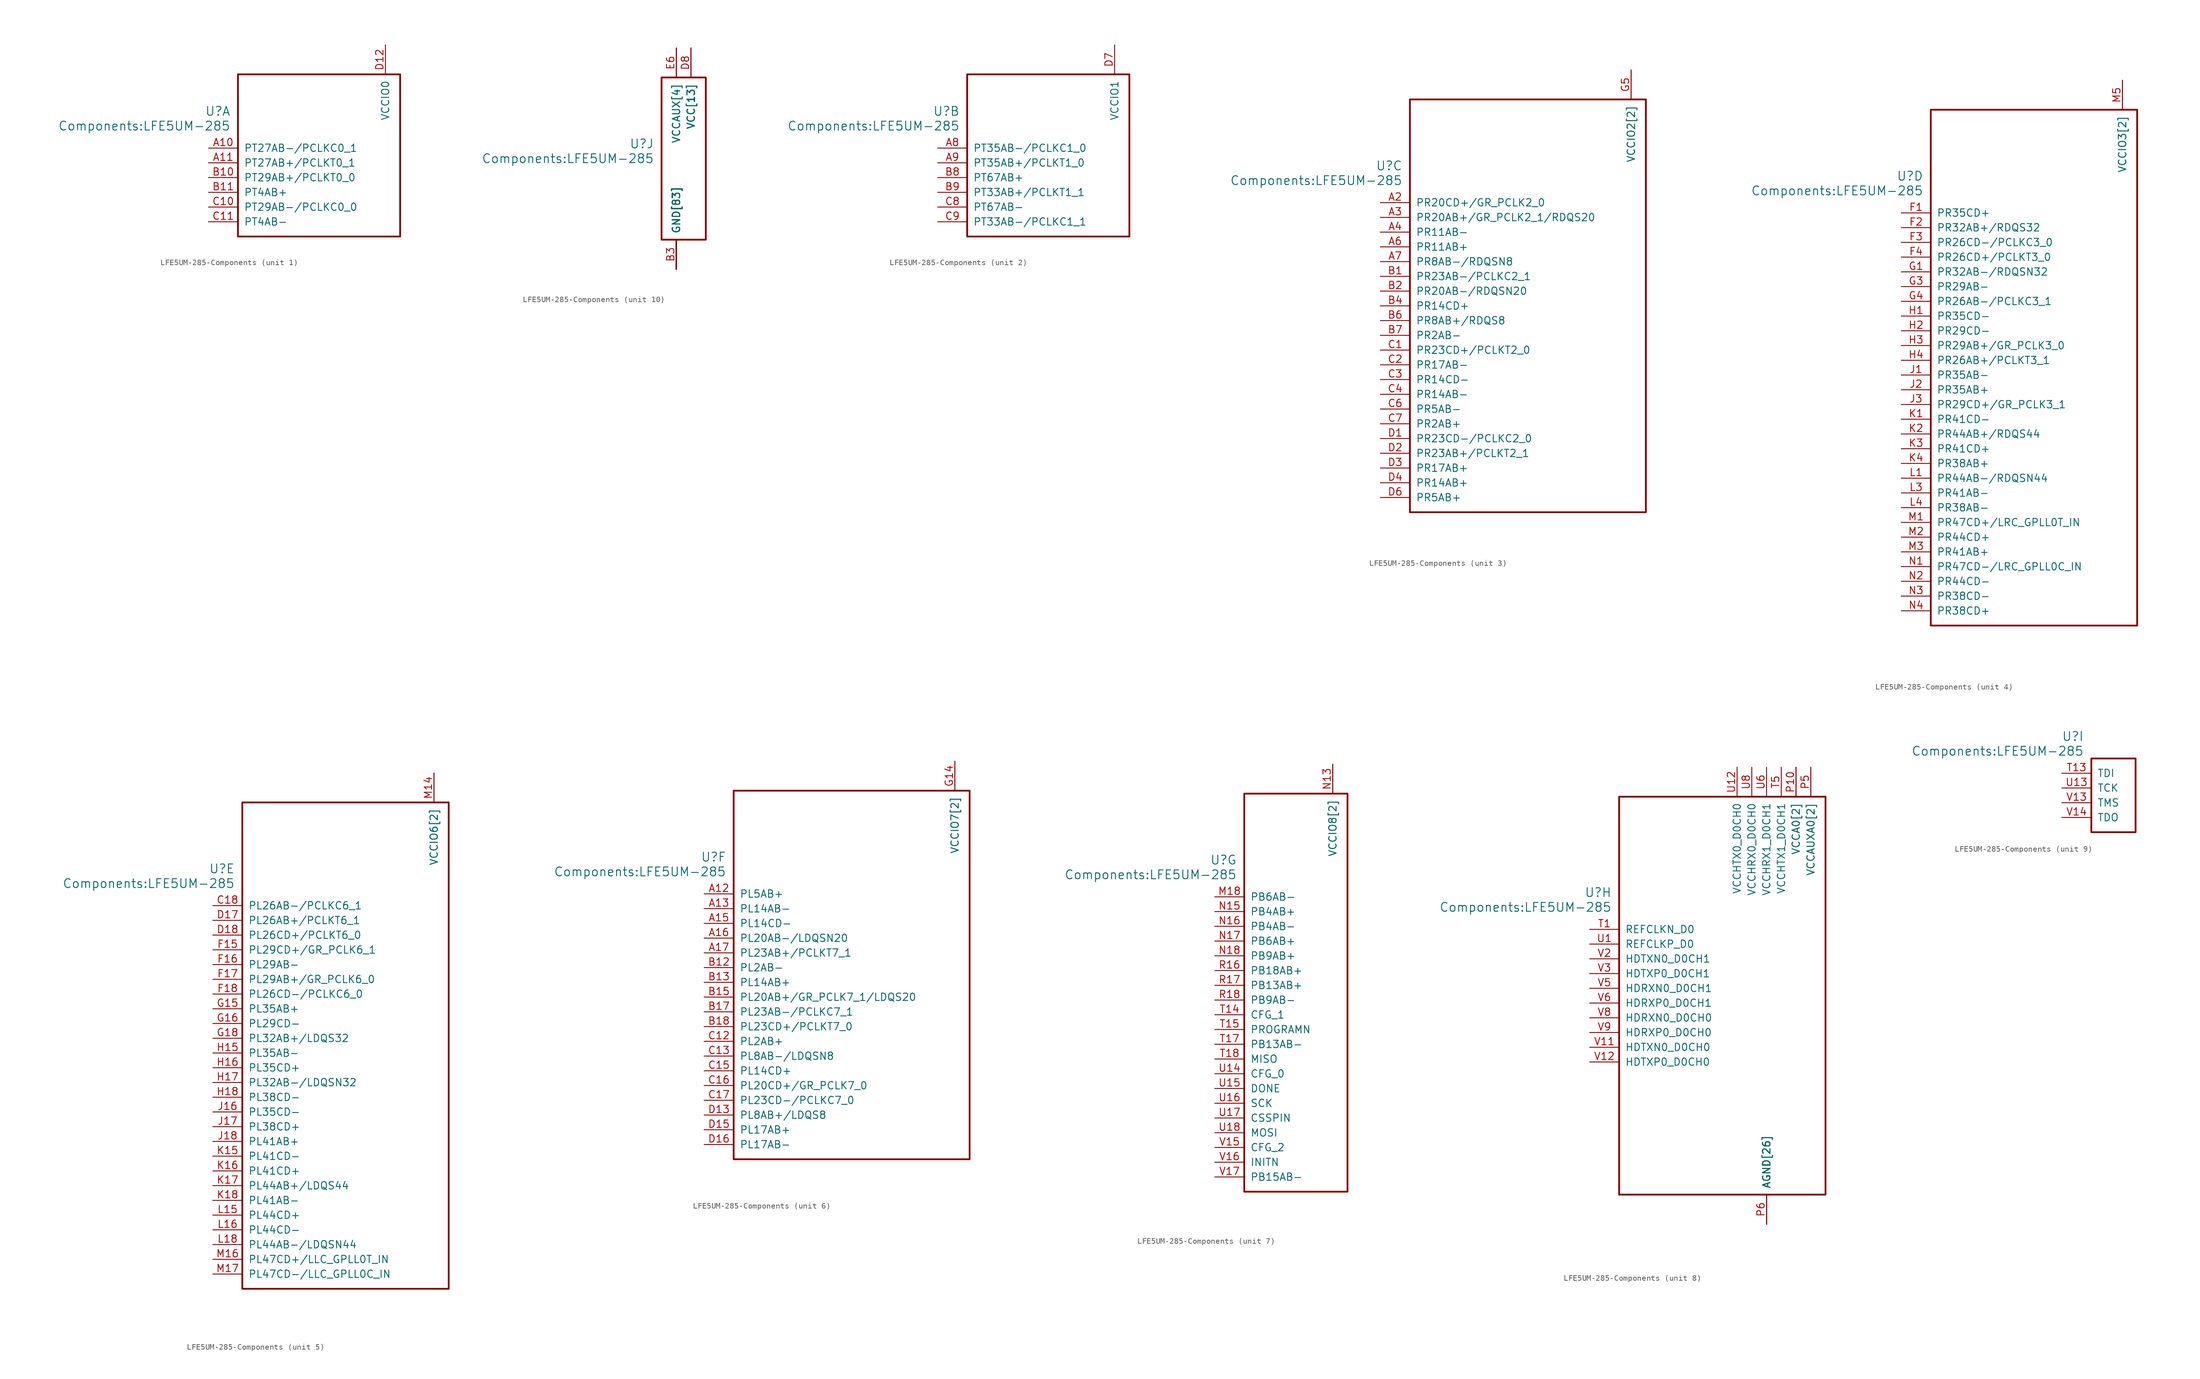
<source format=kicad_sym>
(kicad_symbol_lib
  (version 20231120)
  (generator "kicad_symbol_editor")
  (generator_version "8.0")
  (symbol "LFE5UM-285-Components"
    (pin_names
      (offset 1.016))
    (property "Reference" "U"
      (at 3.81 6.35 0)
      (effects (font (size 1.524 1.524)) (justify right)))
    (property "Value" "Components:LFE5UM-285"
      (at 3.81 3.81 0)
      (effects (font (size 1.524 1.524)) (justify right)))
    (property "ki_locked" ""
      (at 0 0 0)
      (effects (font (size 1.27 1.27))))
    (symbol "LFE5UM-285-Components_1_1"
      (rectangle (start 5.08 12.7) (end 33.02 -15.24) (stroke (width 0.305) (type solid)) (fill (type none)))
      (pin tri_state line (at 0 0 0) (length 5.08) (name "PT27AB-/PCLKC0_1" (effects (font (size 1.27 1.27)))) (number "A10" (effects (font (size 1.27 1.27)))))
      (pin tri_state line (at 0 -2.54 0) (length 5.08) (name "PT27AB+/PCLKT0_1" (effects (font (size 1.27 1.27)))) (number "A11" (effects (font (size 1.27 1.27)))))
      (pin tri_state line (at 0 -5.08 0) (length 5.08) (name "PT29AB+/PCLKT0_0" (effects (font (size 1.27 1.27)))) (number "B10" (effects (font (size 1.27 1.27)))))
      (pin tri_state line (at 0 -7.62 0) (length 5.08) (name "PT4AB+" (effects (font (size 1.27 1.27)))) (number "B11" (effects (font (size 1.27 1.27)))))
      (pin tri_state line (at 0 -10.16 0) (length 5.08) (name "PT29AB-/PCLKC0_0" (effects (font (size 1.27 1.27)))) (number "C10" (effects (font (size 1.27 1.27)))))
      (pin tri_state line (at 0 -12.7 0) (length 5.08) (name "PT4AB-" (effects (font (size 1.27 1.27)))) (number "C11" (effects (font (size 1.27 1.27)))))
      (pin power_in line (at 30.48 17.78 270) (length 5.08) (name "VCCIO0" (effects (font (size 1.27 1.27)))) (number "D12" (effects (font (size 1.27 1.27))))))
    (symbol "LFE5UM-285-Components_2_1"
      (rectangle (start 5.08 12.7) (end 33.02 -15.24) (stroke (width 0.305) (type solid)) (fill (type none)))
      (pin tri_state line (at 0 0 0) (length 5.08) (name "PT35AB-/PCLKC1_0" (effects (font (size 1.27 1.27)))) (number "A8" (effects (font (size 1.27 1.27)))))
      (pin tri_state line (at 0 -2.54 0) (length 5.08) (name "PT35AB+/PCLKT1_0" (effects (font (size 1.27 1.27)))) (number "A9" (effects (font (size 1.27 1.27)))))
      (pin tri_state line (at 0 -5.08 0) (length 5.08) (name "PT67AB+" (effects (font (size 1.27 1.27)))) (number "B8" (effects (font (size 1.27 1.27)))))
      (pin tri_state line (at 0 -7.62 0) (length 5.08) (name "PT33AB+/PCLKT1_1" (effects (font (size 1.27 1.27)))) (number "B9" (effects (font (size 1.27 1.27)))))
      (pin tri_state line (at 0 -10.16 0) (length 5.08) (name "PT67AB-" (effects (font (size 1.27 1.27)))) (number "C8" (effects (font (size 1.27 1.27)))))
      (pin tri_state line (at 0 -12.7 0) (length 5.08) (name "PT33AB-/PCLKC1_1" (effects (font (size 1.27 1.27)))) (number "C9" (effects (font (size 1.27 1.27)))))
      (pin power_in line (at 30.48 17.78 270) (length 5.08) (name "VCCIO1" (effects (font (size 1.27 1.27)))) (number "D7" (effects (font (size 1.27 1.27))))))
    (symbol "LFE5UM-285-Components_3_1"
      (rectangle (start 5.08 17.78) (end 45.72 -53.34) (stroke (width 0.305) (type solid)) (fill (type none)))
      (pin tri_state line (at 0 0 0) (length 5.08) (name "PR20CD+/GR_PCLK2_0" (effects (font (size 1.27 1.27)))) (number "A2" (effects (font (size 1.27 1.27)))))
      (pin tri_state line (at 0 -2.54 0) (length 5.08) (name "PR20AB+/GR_PCLK2_1/RDQS20" (effects (font (size 1.27 1.27)))) (number "A3" (effects (font (size 1.27 1.27)))))
      (pin tri_state line (at 0 -5.08 0) (length 5.08) (name "PR11AB-" (effects (font (size 1.27 1.27)))) (number "A4" (effects (font (size 1.27 1.27)))))
      (pin tri_state line (at 0 -7.62 0) (length 5.08) (name "PR11AB+" (effects (font (size 1.27 1.27)))) (number "A6" (effects (font (size 1.27 1.27)))))
      (pin tri_state line (at 0 -10.16 0) (length 5.08) (name "PR8AB-/RDQSN8" (effects (font (size 1.27 1.27)))) (number "A7" (effects (font (size 1.27 1.27)))))
      (pin tri_state line (at 0 -12.7 0) (length 5.08) (name "PR23AB-/PCLKC2_1" (effects (font (size 1.27 1.27)))) (number "B1" (effects (font (size 1.27 1.27)))))
      (pin tri_state line (at 0 -15.24 0) (length 5.08) (name "PR20AB-/RDQSN20" (effects (font (size 1.27 1.27)))) (number "B2" (effects (font (size 1.27 1.27)))))
      (pin tri_state line (at 0 -17.78 0) (length 5.08) (name "PR14CD+" (effects (font (size 1.27 1.27)))) (number "B4" (effects (font (size 1.27 1.27)))))
      (pin tri_state line (at 0 -20.32 0) (length 5.08) (name "PR8AB+/RDQS8" (effects (font (size 1.27 1.27)))) (number "B6" (effects (font (size 1.27 1.27)))))
      (pin tri_state line (at 0 -22.86 0) (length 5.08) (name "PR2AB-" (effects (font (size 1.27 1.27)))) (number "B7" (effects (font (size 1.27 1.27)))))
      (pin tri_state line (at 0 -25.4 0) (length 5.08) (name "PR23CD+/PCLKT2_0" (effects (font (size 1.27 1.27)))) (number "C1" (effects (font (size 1.27 1.27)))))
      (pin tri_state line (at 0 -27.94 0) (length 5.08) (name "PR17AB-" (effects (font (size 1.27 1.27)))) (number "C2" (effects (font (size 1.27 1.27)))))
      (pin tri_state line (at 0 -30.48 0) (length 5.08) (name "PR14CD-" (effects (font (size 1.27 1.27)))) (number "C3" (effects (font (size 1.27 1.27)))))
      (pin tri_state line (at 0 -33.02 0) (length 5.08) (name "PR14AB-" (effects (font (size 1.27 1.27)))) (number "C4" (effects (font (size 1.27 1.27)))))
      (pin tri_state line (at 0 -35.56 0) (length 5.08) (name "PR5AB-" (effects (font (size 1.27 1.27)))) (number "C6" (effects (font (size 1.27 1.27)))))
      (pin tri_state line (at 0 -38.1 0) (length 5.08) (name "PR2AB+" (effects (font (size 1.27 1.27)))) (number "C7" (effects (font (size 1.27 1.27)))))
      (pin tri_state line (at 0 -40.64 0) (length 5.08) (name "PR23CD-/PCLKC2_0" (effects (font (size 1.27 1.27)))) (number "D1" (effects (font (size 1.27 1.27)))))
      (pin tri_state line (at 0 -43.18 0) (length 5.08) (name "PR23AB+/PCLKT2_1" (effects (font (size 1.27 1.27)))) (number "D2" (effects (font (size 1.27 1.27)))))
      (pin tri_state line (at 0 -45.72 0) (length 5.08) (name "PR17AB+" (effects (font (size 1.27 1.27)))) (number "D3" (effects (font (size 1.27 1.27)))))
      (pin tri_state line (at 0 -48.26 0) (length 5.08) (name "PR14AB+" (effects (font (size 1.27 1.27)))) (number "D4" (effects (font (size 1.27 1.27)))))
      (pin tri_state line (at 0 -50.8 0) (length 5.08) (name "PR5AB+" (effects (font (size 1.27 1.27)))) (number "D6" (effects (font (size 1.27 1.27)))))
      (pin power_in line (at 43.18 22.86 270) (length 5.08) (name "VCCIO2[2]" (effects (font (size 1.27 1.27)))) (number "G5" (effects (font (size 1.27 1.27)))))
      (pin power_in line (at 43.18 22.86 270) (length 5.08) (name "VCCIO2[2]" (effects (font (size 1.27 1.27)))) (number "H5" (effects (font (size 0 0))))))
    (symbol "LFE5UM-285-Components_4_1"
      (rectangle (start 5.08 17.78) (end 40.64 -71.12) (stroke (width 0.305) (type solid)) (fill (type none)))
      (pin tri_state line (at 0 0 0) (length 5.08) (name "PR35CD+" (effects (font (size 1.27 1.27)))) (number "F1" (effects (font (size 1.27 1.27)))))
      (pin tri_state line (at 0 -2.54 0) (length 5.08) (name "PR32AB+/RDQS32" (effects (font (size 1.27 1.27)))) (number "F2" (effects (font (size 1.27 1.27)))))
      (pin tri_state line (at 0 -5.08 0) (length 5.08) (name "PR26CD-/PCLKC3_0" (effects (font (size 1.27 1.27)))) (number "F3" (effects (font (size 1.27 1.27)))))
      (pin tri_state line (at 0 -7.62 0) (length 5.08) (name "PR26CD+/PCLKT3_0" (effects (font (size 1.27 1.27)))) (number "F4" (effects (font (size 1.27 1.27)))))
      (pin tri_state line (at 0 -10.16 0) (length 5.08) (name "PR32AB-/RDQSN32" (effects (font (size 1.27 1.27)))) (number "G1" (effects (font (size 1.27 1.27)))))
      (pin tri_state line (at 0 -12.7 0) (length 5.08) (name "PR29AB-" (effects (font (size 1.27 1.27)))) (number "G3" (effects (font (size 1.27 1.27)))))
      (pin tri_state line (at 0 -15.24 0) (length 5.08) (name "PR26AB-/PCLKC3_1" (effects (font (size 1.27 1.27)))) (number "G4" (effects (font (size 1.27 1.27)))))
      (pin tri_state line (at 0 -17.78 0) (length 5.08) (name "PR35CD-" (effects (font (size 1.27 1.27)))) (number "H1" (effects (font (size 1.27 1.27)))))
      (pin tri_state line (at 0 -20.32 0) (length 5.08) (name "PR29CD-" (effects (font (size 1.27 1.27)))) (number "H2" (effects (font (size 1.27 1.27)))))
      (pin tri_state line (at 0 -22.86 0) (length 5.08) (name "PR29AB+/GR_PCLK3_0" (effects (font (size 1.27 1.27)))) (number "H3" (effects (font (size 1.27 1.27)))))
      (pin tri_state line (at 0 -25.4 0) (length 5.08) (name "PR26AB+/PCLKT3_1" (effects (font (size 1.27 1.27)))) (number "H4" (effects (font (size 1.27 1.27)))))
      (pin tri_state line (at 0 -27.94 0) (length 5.08) (name "PR35AB-" (effects (font (size 1.27 1.27)))) (number "J1" (effects (font (size 1.27 1.27)))))
      (pin tri_state line (at 0 -30.48 0) (length 5.08) (name "PR35AB+" (effects (font (size 1.27 1.27)))) (number "J2" (effects (font (size 1.27 1.27)))))
      (pin tri_state line (at 0 -33.02 0) (length 5.08) (name "PR29CD+/GR_PCLK3_1" (effects (font (size 1.27 1.27)))) (number "J3" (effects (font (size 1.27 1.27)))))
      (pin tri_state line (at 0 -35.56 0) (length 5.08) (name "PR41CD-" (effects (font (size 1.27 1.27)))) (number "K1" (effects (font (size 1.27 1.27)))))
      (pin tri_state line (at 0 -38.1 0) (length 5.08) (name "PR44AB+/RDQS44" (effects (font (size 1.27 1.27)))) (number "K2" (effects (font (size 1.27 1.27)))))
      (pin tri_state line (at 0 -40.64 0) (length 5.08) (name "PR41CD+" (effects (font (size 1.27 1.27)))) (number "K3" (effects (font (size 1.27 1.27)))))
      (pin tri_state line (at 0 -43.18 0) (length 5.08) (name "PR38AB+" (effects (font (size 1.27 1.27)))) (number "K4" (effects (font (size 1.27 1.27)))))
      (pin tri_state line (at 0 -45.72 0) (length 5.08) (name "PR44AB-/RDQSN44" (effects (font (size 1.27 1.27)))) (number "L1" (effects (font (size 1.27 1.27)))))
      (pin tri_state line (at 0 -48.26 0) (length 5.08) (name "PR41AB-" (effects (font (size 1.27 1.27)))) (number "L3" (effects (font (size 1.27 1.27)))))
      (pin tri_state line (at 0 -50.8 0) (length 5.08) (name "PR38AB-" (effects (font (size 1.27 1.27)))) (number "L4" (effects (font (size 1.27 1.27)))))
      (pin tri_state line (at 0 -53.34 0) (length 5.08) (name "PR47CD+/LRC_GPLL0T_IN" (effects (font (size 1.27 1.27)))) (number "M1" (effects (font (size 1.27 1.27)))))
      (pin tri_state line (at 0 -55.88 0) (length 5.08) (name "PR44CD+" (effects (font (size 1.27 1.27)))) (number "M2" (effects (font (size 1.27 1.27)))))
      (pin tri_state line (at 0 -58.42 0) (length 5.08) (name "PR41AB+" (effects (font (size 1.27 1.27)))) (number "M3" (effects (font (size 1.27 1.27)))))
      (pin power_in line (at 38.1 22.86 270) (length 5.08) (name "VCCIO3[2]" (effects (font (size 1.27 1.27)))) (number "M5" (effects (font (size 1.27 1.27)))))
      (pin tri_state line (at 0 -60.96 0) (length 5.08) (name "PR47CD-/LRC_GPLL0C_IN" (effects (font (size 1.27 1.27)))) (number "N1" (effects (font (size 1.27 1.27)))))
      (pin tri_state line (at 0 -63.5 0) (length 5.08) (name "PR44CD-" (effects (font (size 1.27 1.27)))) (number "N2" (effects (font (size 1.27 1.27)))))
      (pin tri_state line (at 0 -66.04 0) (length 5.08) (name "PR38CD-" (effects (font (size 1.27 1.27)))) (number "N3" (effects (font (size 1.27 1.27)))))
      (pin tri_state line (at 0 -68.58 0) (length 5.08) (name "PR38CD+" (effects (font (size 1.27 1.27)))) (number "N4" (effects (font (size 1.27 1.27)))))
      (pin power_in line (at 38.1 22.86 270) (length 5.08) (name "VCCIO3[2]" (effects (font (size 1.27 1.27)))) (number "N5" (effects (font (size 0 0))))))
    (symbol "LFE5UM-285-Components_5_1"
      (rectangle (start 5.08 17.78) (end 40.64 -66.04) (stroke (width 0.305) (type solid)) (fill (type none)))
      (pin tri_state line (at 0 0 0) (length 5.08) (name "PL26AB-/PCLKC6_1" (effects (font (size 1.27 1.27)))) (number "C18" (effects (font (size 1.27 1.27)))))
      (pin tri_state line (at 0 -2.54 0) (length 5.08) (name "PL26AB+/PCLKT6_1" (effects (font (size 1.27 1.27)))) (number "D17" (effects (font (size 1.27 1.27)))))
      (pin tri_state line (at 0 -5.08 0) (length 5.08) (name "PL26CD+/PCLKT6_0" (effects (font (size 1.27 1.27)))) (number "D18" (effects (font (size 1.27 1.27)))))
      (pin tri_state line (at 0 -7.62 0) (length 5.08) (name "PL29CD+/GR_PCLK6_1" (effects (font (size 1.27 1.27)))) (number "F15" (effects (font (size 1.27 1.27)))))
      (pin tri_state line (at 0 -10.16 0) (length 5.08) (name "PL29AB-" (effects (font (size 1.27 1.27)))) (number "F16" (effects (font (size 1.27 1.27)))))
      (pin tri_state line (at 0 -12.7 0) (length 5.08) (name "PL29AB+/GR_PCLK6_0" (effects (font (size 1.27 1.27)))) (number "F17" (effects (font (size 1.27 1.27)))))
      (pin tri_state line (at 0 -15.24 0) (length 5.08) (name "PL26CD-/PCLKC6_0" (effects (font (size 1.27 1.27)))) (number "F18" (effects (font (size 1.27 1.27)))))
      (pin tri_state line (at 0 -17.78 0) (length 5.08) (name "PL35AB+" (effects (font (size 1.27 1.27)))) (number "G15" (effects (font (size 1.27 1.27)))))
      (pin tri_state line (at 0 -20.32 0) (length 5.08) (name "PL29CD-" (effects (font (size 1.27 1.27)))) (number "G16" (effects (font (size 1.27 1.27)))))
      (pin tri_state line (at 0 -22.86 0) (length 5.08) (name "PL32AB+/LDQS32" (effects (font (size 1.27 1.27)))) (number "G18" (effects (font (size 1.27 1.27)))))
      (pin tri_state line (at 0 -25.4 0) (length 5.08) (name "PL35AB-" (effects (font (size 1.27 1.27)))) (number "H15" (effects (font (size 1.27 1.27)))))
      (pin tri_state line (at 0 -27.94 0) (length 5.08) (name "PL35CD+" (effects (font (size 1.27 1.27)))) (number "H16" (effects (font (size 1.27 1.27)))))
      (pin tri_state line (at 0 -30.48 0) (length 5.08) (name "PL32AB-/LDQSN32" (effects (font (size 1.27 1.27)))) (number "H17" (effects (font (size 1.27 1.27)))))
      (pin tri_state line (at 0 -33.02 0) (length 5.08) (name "PL38CD-" (effects (font (size 1.27 1.27)))) (number "H18" (effects (font (size 1.27 1.27)))))
      (pin tri_state line (at 0 -35.56 0) (length 5.08) (name "PL35CD-" (effects (font (size 1.27 1.27)))) (number "J16" (effects (font (size 1.27 1.27)))))
      (pin tri_state line (at 0 -38.1 0) (length 5.08) (name "PL38CD+" (effects (font (size 1.27 1.27)))) (number "J17" (effects (font (size 1.27 1.27)))))
      (pin tri_state line (at 0 -40.64 0) (length 5.08) (name "PL41AB+" (effects (font (size 1.27 1.27)))) (number "J18" (effects (font (size 1.27 1.27)))))
      (pin tri_state line (at 0 -43.18 0) (length 5.08) (name "PL41CD-" (effects (font (size 1.27 1.27)))) (number "K15" (effects (font (size 1.27 1.27)))))
      (pin tri_state line (at 0 -45.72 0) (length 5.08) (name "PL41CD+" (effects (font (size 1.27 1.27)))) (number "K16" (effects (font (size 1.27 1.27)))))
      (pin tri_state line (at 0 -48.26 0) (length 5.08) (name "PL44AB+/LDQS44" (effects (font (size 1.27 1.27)))) (number "K17" (effects (font (size 1.27 1.27)))))
      (pin tri_state line (at 0 -50.8 0) (length 5.08) (name "PL41AB-" (effects (font (size 1.27 1.27)))) (number "K18" (effects (font (size 1.27 1.27)))))
      (pin tri_state line (at 0 -53.34 0) (length 5.08) (name "PL44CD+" (effects (font (size 1.27 1.27)))) (number "L15" (effects (font (size 1.27 1.27)))))
      (pin tri_state line (at 0 -55.88 0) (length 5.08) (name "PL44CD-" (effects (font (size 1.27 1.27)))) (number "L16" (effects (font (size 1.27 1.27)))))
      (pin tri_state line (at 0 -58.42 0) (length 5.08) (name "PL44AB-/LDQSN44" (effects (font (size 1.27 1.27)))) (number "L18" (effects (font (size 1.27 1.27)))))
      (pin power_in line (at 38.1 22.86 270) (length 5.08) (name "VCCIO6[2]" (effects (font (size 1.27 1.27)))) (number "M14" (effects (font (size 1.27 1.27)))))
      (pin tri_state line (at 0 -60.96 0) (length 5.08) (name "PL47CD+/LLC_GPLL0T_IN" (effects (font (size 1.27 1.27)))) (number "M16" (effects (font (size 1.27 1.27)))))
      (pin tri_state line (at 0 -63.5 0) (length 5.08) (name "PL47CD-/LLC_GPLL0C_IN" (effects (font (size 1.27 1.27)))) (number "M17" (effects (font (size 1.27 1.27)))))
      (pin power_in line (at 38.1 22.86 270) (length 5.08) (name "VCCIO6[2]" (effects (font (size 1.27 1.27)))) (number "N14" (effects (font (size 0 0))))))
    (symbol "LFE5UM-285-Components_6_1"
      (rectangle (start 5.08 17.78) (end 45.72 -45.72) (stroke (width 0.305) (type solid)) (fill (type none)))
      (pin tri_state line (at 0 0 0) (length 5.08) (name "PL5AB+" (effects (font (size 1.27 1.27)))) (number "A12" (effects (font (size 1.27 1.27)))))
      (pin tri_state line (at 0 -2.54 0) (length 5.08) (name "PL14AB-" (effects (font (size 1.27 1.27)))) (number "A13" (effects (font (size 1.27 1.27)))))
      (pin tri_state line (at 0 -5.08 0) (length 5.08) (name "PL14CD-" (effects (font (size 1.27 1.27)))) (number "A15" (effects (font (size 1.27 1.27)))))
      (pin tri_state line (at 0 -7.62 0) (length 5.08) (name "PL20AB-/LDQSN20" (effects (font (size 1.27 1.27)))) (number "A16" (effects (font (size 1.27 1.27)))))
      (pin tri_state line (at 0 -10.16 0) (length 5.08) (name "PL23AB+/PCLKT7_1" (effects (font (size 1.27 1.27)))) (number "A17" (effects (font (size 1.27 1.27)))))
      (pin tri_state line (at 0 -12.7 0) (length 5.08) (name "PL2AB-" (effects (font (size 1.27 1.27)))) (number "B12" (effects (font (size 1.27 1.27)))))
      (pin tri_state line (at 0 -15.24 0) (length 5.08) (name "PL14AB+" (effects (font (size 1.27 1.27)))) (number "B13" (effects (font (size 1.27 1.27)))))
      (pin tri_state line (at 0 -17.78 0) (length 5.08) (name "PL20AB+/GR_PCLK7_1/LDQS20" (effects (font (size 1.27 1.27)))) (number "B15" (effects (font (size 1.27 1.27)))))
      (pin tri_state line (at 0 -20.32 0) (length 5.08) (name "PL23AB-/PCLKC7_1" (effects (font (size 1.27 1.27)))) (number "B17" (effects (font (size 1.27 1.27)))))
      (pin tri_state line (at 0 -22.86 0) (length 5.08) (name "PL23CD+/PCLKT7_0" (effects (font (size 1.27 1.27)))) (number "B18" (effects (font (size 1.27 1.27)))))
      (pin tri_state line (at 0 -25.4 0) (length 5.08) (name "PL2AB+" (effects (font (size 1.27 1.27)))) (number "C12" (effects (font (size 1.27 1.27)))))
      (pin tri_state line (at 0 -27.94 0) (length 5.08) (name "PL8AB-/LDQSN8" (effects (font (size 1.27 1.27)))) (number "C13" (effects (font (size 1.27 1.27)))))
      (pin tri_state line (at 0 -30.48 0) (length 5.08) (name "PL14CD+" (effects (font (size 1.27 1.27)))) (number "C15" (effects (font (size 1.27 1.27)))))
      (pin tri_state line (at 0 -33.02 0) (length 5.08) (name "PL20CD+/GR_PCLK7_0" (effects (font (size 1.27 1.27)))) (number "C16" (effects (font (size 1.27 1.27)))))
      (pin tri_state line (at 0 -35.56 0) (length 5.08) (name "PL23CD-/PCLKC7_0" (effects (font (size 1.27 1.27)))) (number "C17" (effects (font (size 1.27 1.27)))))
      (pin tri_state line (at 0 -38.1 0) (length 5.08) (name "PL8AB+/LDQS8" (effects (font (size 1.27 1.27)))) (number "D13" (effects (font (size 1.27 1.27)))))
      (pin tri_state line (at 0 -40.64 0) (length 5.08) (name "PL17AB+" (effects (font (size 1.27 1.27)))) (number "D15" (effects (font (size 1.27 1.27)))))
      (pin tri_state line (at 0 -43.18 0) (length 5.08) (name "PL17AB-" (effects (font (size 1.27 1.27)))) (number "D16" (effects (font (size 1.27 1.27)))))
      (pin power_in line (at 43.18 22.86 270) (length 5.08) (name "VCCIO7[2]" (effects (font (size 1.27 1.27)))) (number "G14" (effects (font (size 1.27 1.27)))))
      (pin power_in line (at 43.18 22.86 270) (length 5.08) (name "VCCIO7[2]" (effects (font (size 1.27 1.27)))) (number "H14" (effects (font (size 0 0))))))
    (symbol "LFE5UM-285-Components_7_1"
      (rectangle (start 5.08 17.78) (end 22.86 -50.8) (stroke (width 0.305) (type solid)) (fill (type none)))
      (pin tri_state line (at 0 0 0) (length 5.08) (name "PB6AB-" (effects (font (size 1.27 1.27)))) (number "M18" (effects (font (size 1.27 1.27)))))
      (pin power_in line (at 20.32 22.86 270) (length 5.08) (name "VCCIO8[2]" (effects (font (size 1.27 1.27)))) (number "N13" (effects (font (size 1.27 1.27)))))
      (pin tri_state line (at 0 -2.54 0) (length 5.08) (name "PB4AB+" (effects (font (size 1.27 1.27)))) (number "N15" (effects (font (size 1.27 1.27)))))
      (pin tri_state line (at 0 -5.08 0) (length 5.08) (name "PB4AB-" (effects (font (size 1.27 1.27)))) (number "N16" (effects (font (size 1.27 1.27)))))
      (pin tri_state line (at 0 -7.62 0) (length 5.08) (name "PB6AB+" (effects (font (size 1.27 1.27)))) (number "N17" (effects (font (size 1.27 1.27)))))
      (pin tri_state line (at 0 -10.16 0) (length 5.08) (name "PB9AB+" (effects (font (size 1.27 1.27)))) (number "N18" (effects (font (size 1.27 1.27)))))
      (pin power_in line (at 20.32 22.86 270) (length 5.08) (name "VCCIO8[2]" (effects (font (size 1.27 1.27)))) (number "P14" (effects (font (size 0 0)))))
      (pin tri_state line (at 0 -12.7 0) (length 5.08) (name "PB18AB+" (effects (font (size 1.27 1.27)))) (number "R16" (effects (font (size 1.27 1.27)))))
      (pin tri_state line (at 0 -15.24 0) (length 5.08) (name "PB13AB+" (effects (font (size 1.27 1.27)))) (number "R17" (effects (font (size 1.27 1.27)))))
      (pin tri_state line (at 0 -17.78 0) (length 5.08) (name "PB9AB-" (effects (font (size 1.27 1.27)))) (number "R18" (effects (font (size 1.27 1.27)))))
      (pin tri_state line (at 0 -20.32 0) (length 5.08) (name "CFG_1" (effects (font (size 1.27 1.27)))) (number "T14" (effects (font (size 1.27 1.27)))))
      (pin tri_state line (at 0 -22.86 0) (length 5.08) (name "PROGRAMN" (effects (font (size 1.27 1.27)))) (number "T15" (effects (font (size 1.27 1.27)))))
      (pin tri_state line (at 0 -25.4 0) (length 5.08) (name "PB13AB-" (effects (font (size 1.27 1.27)))) (number "T17" (effects (font (size 1.27 1.27)))))
      (pin tri_state line (at 0 -27.94 0) (length 5.08) (name "MISO" (effects (font (size 1.27 1.27)))) (number "T18" (effects (font (size 1.27 1.27)))))
      (pin tri_state line (at 0 -30.48 0) (length 5.08) (name "CFG_0" (effects (font (size 1.27 1.27)))) (number "U14" (effects (font (size 1.27 1.27)))))
      (pin tri_state line (at 0 -33.02 0) (length 5.08) (name "DONE" (effects (font (size 1.27 1.27)))) (number "U15" (effects (font (size 1.27 1.27)))))
      (pin tri_state line (at 0 -35.56 0) (length 5.08) (name "SCK" (effects (font (size 1.27 1.27)))) (number "U16" (effects (font (size 1.27 1.27)))))
      (pin tri_state line (at 0 -38.1 0) (length 5.08) (name "CSSPIN" (effects (font (size 1.27 1.27)))) (number "U17" (effects (font (size 1.27 1.27)))))
      (pin tri_state line (at 0 -40.64 0) (length 5.08) (name "MOSI" (effects (font (size 1.27 1.27)))) (number "U18" (effects (font (size 1.27 1.27)))))
      (pin tri_state line (at 0 -43.18 0) (length 5.08) (name "CFG_2" (effects (font (size 1.27 1.27)))) (number "V15" (effects (font (size 1.27 1.27)))))
      (pin tri_state line (at 0 -45.72 0) (length 5.08) (name "INITN" (effects (font (size 1.27 1.27)))) (number "V16" (effects (font (size 1.27 1.27)))))
      (pin tri_state line (at 0 -48.26 0) (length 5.08) (name "PB15AB-" (effects (font (size 1.27 1.27)))) (number "V17" (effects (font (size 1.27 1.27))))))
    (symbol "LFE5UM-285-Components_8_1"
      (rectangle (start 5.08 22.86) (end 40.64 -45.72) (stroke (width 0.305) (type solid)) (fill (type none)))
      (pin power_in line (at 35.56 27.94 270) (length 5.08) (name "VCCA0[2]" (effects (font (size 1.27 1.27)))) (number "P10" (effects (font (size 1.27 1.27)))))
      (pin power_in line (at 30.48 -50.8 90) (length 5.08) (name "AGND[26]" (effects (font (size 1.27 1.27)))) (number "P12" (effects (font (size 0 0)))))
      (pin power_in line (at 38.1 27.94 270) (length 5.08) (name "VCCAUXA0[2]" (effects (font (size 1.27 1.27)))) (number "P5" (effects (font (size 1.27 1.27)))))
      (pin power_in line (at 30.48 -50.8 90) (length 5.08) (name "AGND[26]" (effects (font (size 1.27 1.27)))) (number "P6" (effects (font (size 1.27 1.27)))))
      (pin power_in line (at 30.48 -50.8 90) (length 5.08) (name "AGND[26]" (effects (font (size 1.27 1.27)))) (number "P8" (effects (font (size 0 0)))))
      (pin power_in line (at 30.48 -50.8 90) (length 5.08) (name "AGND[26]" (effects (font (size 1.27 1.27)))) (number "R1" (effects (font (size 0 0)))))
      (pin power_in line (at 35.56 27.94 270) (length 5.08) (name "VCCA0[2]" (effects (font (size 1.27 1.27)))) (number "R10" (effects (font (size 0 0)))))
      (pin power_in line (at 30.48 -50.8 90) (length 5.08) (name "AGND[26]" (effects (font (size 1.27 1.27)))) (number "R2" (effects (font (size 0 0)))))
      (pin power_in line (at 38.1 27.94 270) (length 5.08) (name "VCCAUXA0[2]" (effects (font (size 1.27 1.27)))) (number "R3" (effects (font (size 0 0)))))
      (pin tri_state line (at 0 0 0) (length 5.08) (name "REFCLKN_D0" (effects (font (size 1.27 1.27)))) (number "T1" (effects (font (size 1.27 1.27)))))
      (pin power_in line (at 30.48 -50.8 90) (length 5.08) (name "AGND[26]" (effects (font (size 1.27 1.27)))) (number "T10" (effects (font (size 0 0)))))
      (pin power_in line (at 30.48 -50.8 90) (length 5.08) (name "AGND[26]" (effects (font (size 1.27 1.27)))) (number "T11" (effects (font (size 0 0)))))
      (pin power_in line (at 30.48 -50.8 90) (length 5.08) (name "AGND[26]" (effects (font (size 1.27 1.27)))) (number "T12" (effects (font (size 0 0)))))
      (pin power_in line (at 30.48 -50.8 90) (length 5.08) (name "AGND[26]" (effects (font (size 1.27 1.27)))) (number "T2" (effects (font (size 0 0)))))
      (pin power_in line (at 30.48 -50.8 90) (length 5.08) (name "AGND[26]" (effects (font (size 1.27 1.27)))) (number "T3" (effects (font (size 0 0)))))
      (pin power_in line (at 30.48 -50.8 90) (length 5.08) (name "AGND[26]" (effects (font (size 1.27 1.27)))) (number "T4" (effects (font (size 0 0)))))
      (pin power_in line (at 33.02 27.94 270) (length 5.08) (name "VCCHTX1_D0CH1" (effects (font (size 1.27 1.27)))) (number "T5" (effects (font (size 1.27 1.27)))))
      (pin power_in line (at 30.48 -50.8 90) (length 5.08) (name "AGND[26]" (effects (font (size 1.27 1.27)))) (number "T6" (effects (font (size 0 0)))))
      (pin power_in line (at 30.48 -50.8 90) (length 5.08) (name "AGND[26]" (effects (font (size 1.27 1.27)))) (number "T7" (effects (font (size 0 0)))))
      (pin power_in line (at 30.48 -50.8 90) (length 5.08) (name "AGND[26]" (effects (font (size 1.27 1.27)))) (number "T8" (effects (font (size 0 0)))))
      (pin power_in line (at 30.48 -50.8 90) (length 5.08) (name "AGND[26]" (effects (font (size 1.27 1.27)))) (number "T9" (effects (font (size 0 0)))))
      (pin tri_state line (at 0 -2.54 0) (length 5.08) (name "REFCLKP_D0" (effects (font (size 1.27 1.27)))) (number "U1" (effects (font (size 1.27 1.27)))))
      (pin power_in line (at 30.48 -50.8 90) (length 5.08) (name "AGND[26]" (effects (font (size 1.27 1.27)))) (number "U10" (effects (font (size 0 0)))))
      (pin power_in line (at 30.48 -50.8 90) (length 5.08) (name "AGND[26]" (effects (font (size 1.27 1.27)))) (number "U11" (effects (font (size 0 0)))))
      (pin power_in line (at 25.4 27.94 270) (length 5.08) (name "VCCHTX0_D0CH0" (effects (font (size 1.27 1.27)))) (number "U12" (effects (font (size 1.27 1.27)))))
      (pin power_in line (at 30.48 -50.8 90) (length 5.08) (name "AGND[26]" (effects (font (size 1.27 1.27)))) (number "U2" (effects (font (size 0 0)))))
      (pin power_in line (at 30.48 -50.8 90) (length 5.08) (name "AGND[26]" (effects (font (size 1.27 1.27)))) (number "U3" (effects (font (size 0 0)))))
      (pin power_in line (at 30.48 -50.8 90) (length 5.08) (name "AGND[26]" (effects (font (size 1.27 1.27)))) (number "U4" (effects (font (size 0 0)))))
      (pin power_in line (at 30.48 -50.8 90) (length 5.08) (name "AGND[26]" (effects (font (size 1.27 1.27)))) (number "U5" (effects (font (size 0 0)))))
      (pin power_in line (at 30.48 27.94 270) (length 5.08) (name "VCCHRX1_D0CH1" (effects (font (size 1.27 1.27)))) (number "U6" (effects (font (size 1.27 1.27)))))
      (pin power_in line (at 30.48 -50.8 90) (length 5.08) (name "AGND[26]" (effects (font (size 1.27 1.27)))) (number "U7" (effects (font (size 0 0)))))
      (pin power_in line (at 27.94 27.94 270) (length 5.08) (name "VCCHRX0_D0CH0" (effects (font (size 1.27 1.27)))) (number "U8" (effects (font (size 1.27 1.27)))))
      (pin power_in line (at 30.48 -50.8 90) (length 5.08) (name "AGND[26]" (effects (font (size 1.27 1.27)))) (number "U9" (effects (font (size 0 0)))))
      (pin power_in line (at 30.48 -50.8 90) (length 5.08) (name "AGND[26]" (effects (font (size 1.27 1.27)))) (number "V10" (effects (font (size 0 0)))))
      (pin tri_state line (at 0 -20.32 0) (length 5.08) (name "HDTXN0_D0CH0" (effects (font (size 1.27 1.27)))) (number "V11" (effects (font (size 1.27 1.27)))))
      (pin tri_state line (at 0 -22.86 0) (length 5.08) (name "HDTXP0_D0CH0" (effects (font (size 1.27 1.27)))) (number "V12" (effects (font (size 1.27 1.27)))))
      (pin tri_state line (at 0 -5.08 0) (length 5.08) (name "HDTXN0_D0CH1" (effects (font (size 1.27 1.27)))) (number "V2" (effects (font (size 1.27 1.27)))))
      (pin tri_state line (at 0 -7.62 0) (length 5.08) (name "HDTXP0_D0CH1" (effects (font (size 1.27 1.27)))) (number "V3" (effects (font (size 1.27 1.27)))))
      (pin power_in line (at 30.48 -50.8 90) (length 5.08) (name "AGND[26]" (effects (font (size 1.27 1.27)))) (number "V4" (effects (font (size 0 0)))))
      (pin power_in line (at 0 -10.16 0) (length 5.08) (name "HDRXN0_D0CH1" (effects (font (size 1.27 1.27)))) (number "V5" (effects (font (size 1.27 1.27)))))
      (pin power_in line (at 0 -12.7 0) (length 5.08) (name "HDRXP0_D0CH1" (effects (font (size 1.27 1.27)))) (number "V6" (effects (font (size 1.27 1.27)))))
      (pin power_in line (at 30.48 -50.8 90) (length 5.08) (name "AGND[26]" (effects (font (size 1.27 1.27)))) (number "V7" (effects (font (size 0 0)))))
      (pin tri_state line (at 0 -15.24 0) (length 5.08) (name "HDRXN0_D0CH0" (effects (font (size 1.27 1.27)))) (number "V8" (effects (font (size 1.27 1.27)))))
      (pin tri_state line (at 0 -17.78 0) (length 5.08) (name "HDRXP0_D0CH0" (effects (font (size 1.27 1.27)))) (number "V9" (effects (font (size 1.27 1.27))))))
    (symbol "LFE5UM-285-Components_9_1"
      (rectangle (start 5.08 2.54) (end 12.7 -10.16) (stroke (width 0.305) (type solid)) (fill (type none)))
      (pin tri_state line (at 0 0 0) (length 5.08) (name "TDI" (effects (font (size 1.27 1.27)))) (number "T13" (effects (font (size 1.27 1.27)))))
      (pin tri_state line (at 0 -2.54 0) (length 5.08) (name "TCK" (effects (font (size 1.27 1.27)))) (number "U13" (effects (font (size 1.27 1.27)))))
      (pin tri_state line (at 0 -5.08 0) (length 5.08) (name "TMS" (effects (font (size 1.27 1.27)))) (number "V13" (effects (font (size 1.27 1.27)))))
      (pin tri_state line (at 0 -7.62 0) (length 5.08) (name "TDO" (effects (font (size 1.27 1.27)))) (number "V14" (effects (font (size 1.27 1.27))))))
    (symbol "LFE5UM-285-Components_10_1"
      (rectangle (start 5.08 17.78) (end 12.7 -10.16) (stroke (width 0.305) (type solid)) (fill (type none)))
      (pin power_in line (at 7.62 -15.24 90) (length 5.08) (name "GND[83]" (effects (font (size 1.27 1.27)))) (number "B16" (effects (font (size 0 0)))))
      (pin power_in line (at 7.62 -15.24 90) (length 5.08) (name "GND[83]" (effects (font (size 1.27 1.27)))) (number "B3" (effects (font (size 1.27 1.27)))))
      (pin power_in line (at 10.16 22.86 270) (length 5.08) (name "VCC[13]" (effects (font (size 1.27 1.27)))) (number "D10" (effects (font (size 0 0)))))
      (pin power_in line (at 10.16 22.86 270) (length 5.08) (name "VCC[13]" (effects (font (size 1.27 1.27)))) (number "D11" (effects (font (size 0 0)))))
      (pin power_in line (at 10.16 22.86 270) (length 5.08) (name "VCC[13]" (effects (font (size 1.27 1.27)))) (number "D8" (effects (font (size 1.27 1.27)))))
      (pin power_in line (at 10.16 22.86 270) (length 5.08) (name "VCC[13]" (effects (font (size 1.27 1.27)))) (number "D9" (effects (font (size 0 0)))))
      (pin power_in line (at 7.62 -15.24 90) (length 5.08) (name "GND[83]" (effects (font (size 1.27 1.27)))) (number "E10" (effects (font (size 0 0)))))
      (pin power_in line (at 7.62 -15.24 90) (length 5.08) (name "GND[83]" (effects (font (size 1.27 1.27)))) (number "E11" (effects (font (size 0 0)))))
      (pin power_in line (at 7.62 -15.24 90) (length 5.08) (name "GND[83]" (effects (font (size 1.27 1.27)))) (number "E12" (effects (font (size 0 0)))))
      (pin power_in line (at 7.62 22.86 270) (length 5.08) (name "VCCAUX[4]" (effects (font (size 1.27 1.27)))) (number "E13" (effects (font (size 0 0)))))
      (pin power_in line (at 7.62 -15.24 90) (length 5.08) (name "GND[83]" (effects (font (size 1.27 1.27)))) (number "E14" (effects (font (size 0 0)))))
      (pin power_in line (at 7.62 -15.24 90) (length 5.08) (name "GND[83]" (effects (font (size 1.27 1.27)))) (number "E5" (effects (font (size 0 0)))))
      (pin power_in line (at 7.62 22.86 270) (length 5.08) (name "VCCAUX[4]" (effects (font (size 1.27 1.27)))) (number "E6" (effects (font (size 1.27 1.27)))))
      (pin power_in line (at 7.62 -15.24 90) (length 5.08) (name "GND[83]" (effects (font (size 1.27 1.27)))) (number "E7" (effects (font (size 0 0)))))
      (pin power_in line (at 7.62 -15.24 90) (length 5.08) (name "GND[83]" (effects (font (size 1.27 1.27)))) (number "E8" (effects (font (size 0 0)))))
      (pin power_in line (at 7.62 -15.24 90) (length 5.08) (name "GND[83]" (effects (font (size 1.27 1.27)))) (number "E9" (effects (font (size 0 0)))))
      (pin power_in line (at 7.62 -15.24 90) (length 5.08) (name "GND[83]" (effects (font (size 1.27 1.27)))) (number "F10" (effects (font (size 0 0)))))
      (pin power_in line (at 7.62 -15.24 90) (length 5.08) (name "GND[83]" (effects (font (size 1.27 1.27)))) (number "F11" (effects (font (size 0 0)))))
      (pin power_in line (at 7.62 -15.24 90) (length 5.08) (name "GND[83]" (effects (font (size 1.27 1.27)))) (number "F12" (effects (font (size 0 0)))))
      (pin power_in line (at 7.62 -15.24 90) (length 5.08) (name "GND[83]" (effects (font (size 1.27 1.27)))) (number "F13" (effects (font (size 0 0)))))
      (pin power_in line (at 7.62 -15.24 90) (length 5.08) (name "GND[83]" (effects (font (size 1.27 1.27)))) (number "F14" (effects (font (size 0 0)))))
      (pin power_in line (at 7.62 -15.24 90) (length 5.08) (name "GND[83]" (effects (font (size 1.27 1.27)))) (number "F5" (effects (font (size 0 0)))))
      (pin power_in line (at 7.62 -15.24 90) (length 5.08) (name "GND[83]" (effects (font (size 1.27 1.27)))) (number "F6" (effects (font (size 0 0)))))
      (pin power_in line (at 7.62 -15.24 90) (length 5.08) (name "GND[83]" (effects (font (size 1.27 1.27)))) (number "F7" (effects (font (size 0 0)))))
      (pin power_in line (at 7.62 -15.24 90) (length 5.08) (name "GND[83]" (effects (font (size 1.27 1.27)))) (number "F8" (effects (font (size 0 0)))))
      (pin power_in line (at 7.62 -15.24 90) (length 5.08) (name "GND[83]" (effects (font (size 1.27 1.27)))) (number "F9" (effects (font (size 0 0)))))
      (pin power_in line (at 7.62 -15.24 90) (length 5.08) (name "GND[83]" (effects (font (size 1.27 1.27)))) (number "G10" (effects (font (size 0 0)))))
      (pin power_in line (at 7.62 -15.24 90) (length 5.08) (name "GND[83]" (effects (font (size 1.27 1.27)))) (number "G11" (effects (font (size 0 0)))))
      (pin power_in line (at 7.62 -15.24 90) (length 5.08) (name "GND[83]" (effects (font (size 1.27 1.27)))) (number "G12" (effects (font (size 0 0)))))
      (pin power_in line (at 7.62 -15.24 90) (length 5.08) (name "GND[83]" (effects (font (size 1.27 1.27)))) (number "G13" (effects (font (size 0 0)))))
      (pin power_in line (at 7.62 -15.24 90) (length 5.08) (name "GND[83]" (effects (font (size 1.27 1.27)))) (number "G17" (effects (font (size 0 0)))))
      (pin power_in line (at 7.62 -15.24 90) (length 5.08) (name "GND[83]" (effects (font (size 1.27 1.27)))) (number "G2" (effects (font (size 0 0)))))
      (pin power_in line (at 7.62 -15.24 90) (length 5.08) (name "GND[83]" (effects (font (size 1.27 1.27)))) (number "G6" (effects (font (size 0 0)))))
      (pin power_in line (at 7.62 -15.24 90) (length 5.08) (name "GND[83]" (effects (font (size 1.27 1.27)))) (number "G7" (effects (font (size 0 0)))))
      (pin power_in line (at 7.62 -15.24 90) (length 5.08) (name "GND[83]" (effects (font (size 1.27 1.27)))) (number "G8" (effects (font (size 0 0)))))
      (pin power_in line (at 7.62 -15.24 90) (length 5.08) (name "GND[83]" (effects (font (size 1.27 1.27)))) (number "G9" (effects (font (size 0 0)))))
      (pin power_in line (at 7.62 -15.24 90) (length 5.08) (name "GND[83]" (effects (font (size 1.27 1.27)))) (number "H10" (effects (font (size 0 0)))))
      (pin power_in line (at 7.62 -15.24 90) (length 5.08) (name "GND[83]" (effects (font (size 1.27 1.27)))) (number "H11" (effects (font (size 0 0)))))
      (pin power_in line (at 7.62 -15.24 90) (length 5.08) (name "GND[83]" (effects (font (size 1.27 1.27)))) (number "H12" (effects (font (size 0 0)))))
      (pin power_in line (at 7.62 -15.24 90) (length 5.08) (name "GND[83]" (effects (font (size 1.27 1.27)))) (number "H13" (effects (font (size 0 0)))))
      (pin power_in line (at 7.62 -15.24 90) (length 5.08) (name "GND[83]" (effects (font (size 1.27 1.27)))) (number "H6" (effects (font (size 0 0)))))
      (pin power_in line (at 7.62 -15.24 90) (length 5.08) (name "GND[83]" (effects (font (size 1.27 1.27)))) (number "H7" (effects (font (size 0 0)))))
      (pin power_in line (at 7.62 -15.24 90) (length 5.08) (name "GND[83]" (effects (font (size 1.27 1.27)))) (number "H8" (effects (font (size 0 0)))))
      (pin power_in line (at 7.62 -15.24 90) (length 5.08) (name "GND[83]" (effects (font (size 1.27 1.27)))) (number "H9" (effects (font (size 0 0)))))
      (pin power_in line (at 7.62 -15.24 90) (length 5.08) (name "GND[83]" (effects (font (size 1.27 1.27)))) (number "J10" (effects (font (size 0 0)))))
      (pin power_in line (at 7.62 -15.24 90) (length 5.08) (name "GND[83]" (effects (font (size 1.27 1.27)))) (number "J11" (effects (font (size 0 0)))))
      (pin power_in line (at 7.62 -15.24 90) (length 5.08) (name "GND[83]" (effects (font (size 1.27 1.27)))) (number "J12" (effects (font (size 0 0)))))
      (pin power_in line (at 7.62 -15.24 90) (length 5.08) (name "GND[83]" (effects (font (size 1.27 1.27)))) (number "J13" (effects (font (size 0 0)))))
      (pin power_in line (at 10.16 22.86 270) (length 5.08) (name "VCC[13]" (effects (font (size 1.27 1.27)))) (number "J14" (effects (font (size 0 0)))))
      (pin power_in line (at 10.16 22.86 270) (length 5.08) (name "VCC[13]" (effects (font (size 1.27 1.27)))) (number "J15" (effects (font (size 0 0)))))
      (pin power_in line (at 10.16 22.86 270) (length 5.08) (name "VCC[13]" (effects (font (size 1.27 1.27)))) (number "J4" (effects (font (size 0 0)))))
      (pin power_in line (at 10.16 22.86 270) (length 5.08) (name "VCC[13]" (effects (font (size 1.27 1.27)))) (number "J5" (effects (font (size 0 0)))))
      (pin power_in line (at 7.62 -15.24 90) (length 5.08) (name "GND[83]" (effects (font (size 1.27 1.27)))) (number "J6" (effects (font (size 0 0)))))
      (pin power_in line (at 7.62 -15.24 90) (length 5.08) (name "GND[83]" (effects (font (size 1.27 1.27)))) (number "J7" (effects (font (size 0 0)))))
      (pin power_in line (at 7.62 -15.24 90) (length 5.08) (name "GND[83]" (effects (font (size 1.27 1.27)))) (number "J8" (effects (font (size 0 0)))))
      (pin power_in line (at 7.62 -15.24 90) (length 5.08) (name "GND[83]" (effects (font (size 1.27 1.27)))) (number "J9" (effects (font (size 0 0)))))
      (pin power_in line (at 7.62 -15.24 90) (length 5.08) (name "GND[83]" (effects (font (size 1.27 1.27)))) (number "K10" (effects (font (size 0 0)))))
      (pin power_in line (at 7.62 -15.24 90) (length 5.08) (name "GND[83]" (effects (font (size 1.27 1.27)))) (number "K11" (effects (font (size 0 0)))))
      (pin power_in line (at 7.62 -15.24 90) (length 5.08) (name "GND[83]" (effects (font (size 1.27 1.27)))) (number "K12" (effects (font (size 0 0)))))
      (pin power_in line (at 7.62 -15.24 90) (length 5.08) (name "GND[83]" (effects (font (size 1.27 1.27)))) (number "K13" (effects (font (size 0 0)))))
      (pin power_in line (at 7.62 -15.24 90) (length 5.08) (name "GND[83]" (effects (font (size 1.27 1.27)))) (number "K14" (effects (font (size 0 0)))))
      (pin power_in line (at 7.62 -15.24 90) (length 5.08) (name "GND[83]" (effects (font (size 1.27 1.27)))) (number "K5" (effects (font (size 0 0)))))
      (pin power_in line (at 7.62 -15.24 90) (length 5.08) (name "GND[83]" (effects (font (size 1.27 1.27)))) (number "K6" (effects (font (size 0 0)))))
      (pin power_in line (at 7.62 -15.24 90) (length 5.08) (name "GND[83]" (effects (font (size 1.27 1.27)))) (number "K7" (effects (font (size 0 0)))))
      (pin power_in line (at 7.62 -15.24 90) (length 5.08) (name "GND[83]" (effects (font (size 1.27 1.27)))) (number "K8" (effects (font (size 0 0)))))
      (pin power_in line (at 7.62 -15.24 90) (length 5.08) (name "GND[83]" (effects (font (size 1.27 1.27)))) (number "K9" (effects (font (size 0 0)))))
      (pin power_in line (at 7.62 -15.24 90) (length 5.08) (name "GND[83]" (effects (font (size 1.27 1.27)))) (number "L10" (effects (font (size 0 0)))))
      (pin power_in line (at 7.62 -15.24 90) (length 5.08) (name "GND[83]" (effects (font (size 1.27 1.27)))) (number "L11" (effects (font (size 0 0)))))
      (pin power_in line (at 7.62 -15.24 90) (length 5.08) (name "GND[83]" (effects (font (size 1.27 1.27)))) (number "L12" (effects (font (size 0 0)))))
      (pin power_in line (at 7.62 -15.24 90) (length 5.08) (name "GND[83]" (effects (font (size 1.27 1.27)))) (number "L13" (effects (font (size 0 0)))))
      (pin power_in line (at 7.62 -15.24 90) (length 5.08) (name "GND[83]" (effects (font (size 1.27 1.27)))) (number "L14" (effects (font (size 0 0)))))
      (pin power_in line (at 7.62 -15.24 90) (length 5.08) (name "GND[83]" (effects (font (size 1.27 1.27)))) (number "L17" (effects (font (size 0 0)))))
      (pin power_in line (at 7.62 -15.24 90) (length 5.08) (name "GND[83]" (effects (font (size 1.27 1.27)))) (number "L2" (effects (font (size 0 0)))))
      (pin power_in line (at 7.62 -15.24 90) (length 5.08) (name "GND[83]" (effects (font (size 1.27 1.27)))) (number "L5" (effects (font (size 0 0)))))
      (pin power_in line (at 7.62 -15.24 90) (length 5.08) (name "GND[83]" (effects (font (size 1.27 1.27)))) (number "L6" (effects (font (size 0 0)))))
      (pin power_in line (at 7.62 -15.24 90) (length 5.08) (name "GND[83]" (effects (font (size 1.27 1.27)))) (number "L7" (effects (font (size 0 0)))))
      (pin power_in line (at 7.62 -15.24 90) (length 5.08) (name "GND[83]" (effects (font (size 1.27 1.27)))) (number "L8" (effects (font (size 0 0)))))
      (pin power_in line (at 7.62 -15.24 90) (length 5.08) (name "GND[83]" (effects (font (size 1.27 1.27)))) (number "L9" (effects (font (size 0 0)))))
      (pin power_in line (at 7.62 -15.24 90) (length 5.08) (name "GND[83]" (effects (font (size 1.27 1.27)))) (number "M10" (effects (font (size 0 0)))))
      (pin power_in line (at 7.62 -15.24 90) (length 5.08) (name "GND[83]" (effects (font (size 1.27 1.27)))) (number "M11" (effects (font (size 0 0)))))
      (pin power_in line (at 7.62 -15.24 90) (length 5.08) (name "GND[83]" (effects (font (size 1.27 1.27)))) (number "M12" (effects (font (size 0 0)))))
      (pin power_in line (at 7.62 -15.24 90) (length 5.08) (name "GND[83]" (effects (font (size 1.27 1.27)))) (number "M13" (effects (font (size 0 0)))))
      (pin power_in line (at 10.16 22.86 270) (length 5.08) (name "VCC[13]" (effects (font (size 1.27 1.27)))) (number "M15" (effects (font (size 0 0)))))
      (pin power_in line (at 10.16 22.86 270) (length 5.08) (name "VCC[13]" (effects (font (size 1.27 1.27)))) (number "M4" (effects (font (size 0 0)))))
      (pin power_in line (at 7.62 -15.24 90) (length 5.08) (name "GND[83]" (effects (font (size 1.27 1.27)))) (number "M6" (effects (font (size 0 0)))))
      (pin power_in line (at 7.62 -15.24 90) (length 5.08) (name "GND[83]" (effects (font (size 1.27 1.27)))) (number "M7" (effects (font (size 0 0)))))
      (pin power_in line (at 7.62 -15.24 90) (length 5.08) (name "GND[83]" (effects (font (size 1.27 1.27)))) (number "M8" (effects (font (size 0 0)))))
      (pin power_in line (at 7.62 -15.24 90) (length 5.08) (name "GND[83]" (effects (font (size 1.27 1.27)))) (number "M9" (effects (font (size 0 0)))))
      (pin power_in line (at 7.62 -15.24 90) (length 5.08) (name "GND[83]" (effects (font (size 1.27 1.27)))) (number "N10" (effects (font (size 0 0)))))
      (pin power_in line (at 7.62 -15.24 90) (length 5.08) (name "GND[83]" (effects (font (size 1.27 1.27)))) (number "N11" (effects (font (size 0 0)))))
      (pin power_in line (at 7.62 -15.24 90) (length 5.08) (name "GND[83]" (effects (font (size 1.27 1.27)))) (number "N12" (effects (font (size 0 0)))))
      (pin power_in line (at 7.62 22.86 270) (length 5.08) (name "VCCAUX[4]" (effects (font (size 1.27 1.27)))) (number "N6" (effects (font (size 0 0)))))
      (pin power_in line (at 7.62 -15.24 90) (length 5.08) (name "GND[83]" (effects (font (size 1.27 1.27)))) (number "N7" (effects (font (size 0 0)))))
      (pin power_in line (at 7.62 -15.24 90) (length 5.08) (name "GND[83]" (effects (font (size 1.27 1.27)))) (number "N8" (effects (font (size 0 0)))))
      (pin power_in line (at 7.62 -15.24 90) (length 5.08) (name "GND[83]" (effects (font (size 1.27 1.27)))) (number "N9" (effects (font (size 0 0)))))
      (pin power_in line (at 10.16 22.86 270) (length 5.08) (name "VCC[13]" (effects (font (size 1.27 1.27)))) (number "P11" (effects (font (size 0 0)))))
      (pin power_in line (at 7.62 22.86 270) (length 5.08) (name "VCCAUX[4]" (effects (font (size 1.27 1.27)))) (number "P13" (effects (font (size 0 0)))))
      (pin power_in line (at 10.16 22.86 270) (length 5.08) (name "VCC[13]" (effects (font (size 1.27 1.27)))) (number "P7" (effects (font (size 0 0)))))
      (pin power_in line (at 10.16 22.86 270) (length 5.08) (name "VCC[13]" (effects (font (size 1.27 1.27)))) (number "P9" (effects (font (size 0 0)))))
      (pin power_in line (at 7.62 -15.24 90) (length 5.08) (name "GND[83]" (effects (font (size 1.27 1.27)))) (number "T16" (effects (font (size 0 0))))))))
</source>
